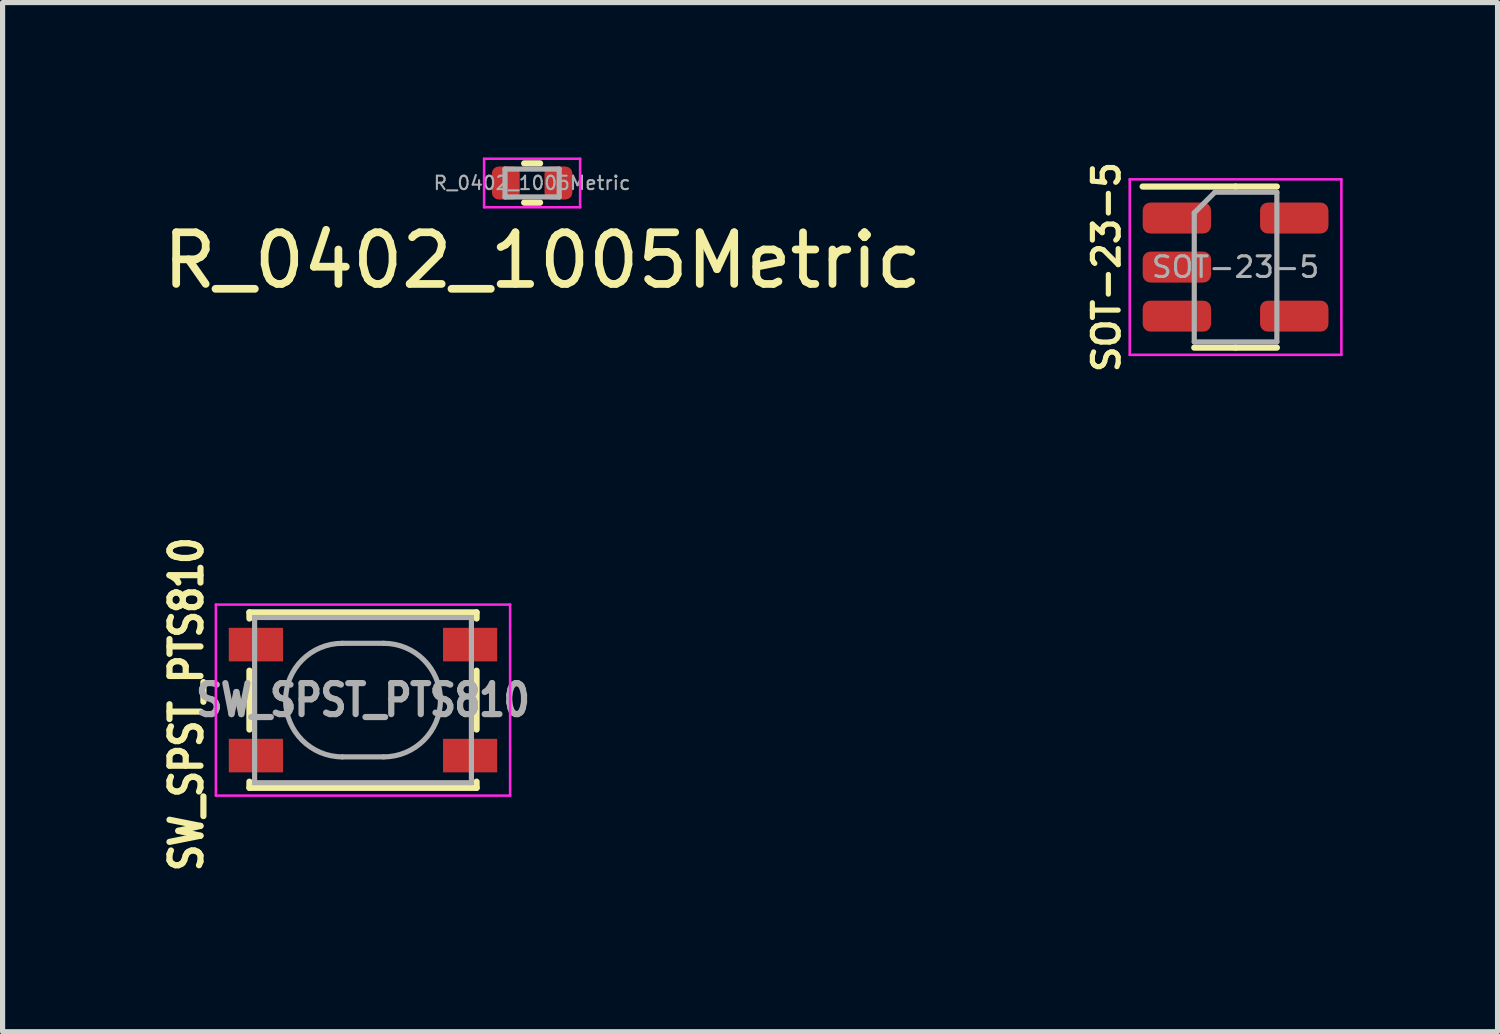
<source format=kicad_pcb>
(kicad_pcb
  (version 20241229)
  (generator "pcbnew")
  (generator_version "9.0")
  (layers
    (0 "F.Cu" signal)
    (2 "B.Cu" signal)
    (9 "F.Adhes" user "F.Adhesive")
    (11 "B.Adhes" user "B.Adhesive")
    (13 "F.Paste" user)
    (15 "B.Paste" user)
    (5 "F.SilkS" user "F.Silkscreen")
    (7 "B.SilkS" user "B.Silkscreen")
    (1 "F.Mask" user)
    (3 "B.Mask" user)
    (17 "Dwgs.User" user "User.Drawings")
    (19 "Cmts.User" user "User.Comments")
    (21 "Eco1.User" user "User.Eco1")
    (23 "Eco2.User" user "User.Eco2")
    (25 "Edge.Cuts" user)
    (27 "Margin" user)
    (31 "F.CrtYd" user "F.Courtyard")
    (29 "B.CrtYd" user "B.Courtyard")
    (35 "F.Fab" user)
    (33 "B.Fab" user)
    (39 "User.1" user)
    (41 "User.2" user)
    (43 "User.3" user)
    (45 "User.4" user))
  (footprint "R_0402_1005Metric"
    (layer "F.Cu")
    (at 7.258 0.495)
    (property "Reference" "R_0402_1005Metric" (at 0.2 1.5 180) (layer "F.SilkS") (effects (font (size 1 1) (thickness 0.15))))
    (attr smd)
    (fp_line (start -0.154 -0.38) (end 0.154 -0.38) (stroke (width 0.12) (type solid)) (layer "F.SilkS"))
    (fp_line (start -0.154 0.38) (end 0.154 0.38) (stroke (width 0.12) (type solid)) (layer "F.SilkS"))
    (fp_line (start -0.93 -0.47) (end 0.93 -0.47) (stroke (width 0.05) (type solid)) (layer "F.CrtYd"))
    (fp_line (start -0.93 0.47) (end -0.93 -0.47) (stroke (width 0.05) (type solid)) (layer "F.CrtYd"))
    (fp_line (start 0.93 -0.47) (end 0.93 0.47) (stroke (width 0.05) (type solid)) (layer "F.CrtYd"))
    (fp_line (start 0.93 0.47) (end -0.93 0.47) (stroke (width 0.05) (type solid)) (layer "F.CrtYd"))
    (fp_line (start -0.525 -0.27) (end 0.525 -0.27) (stroke (width 0.1) (type solid)) (layer "F.Fab"))
    (fp_line (start -0.525 0.27) (end -0.525 -0.27) (stroke (width 0.1) (type solid)) (layer "F.Fab"))
    (fp_line (start 0.525 -0.27) (end 0.525 0.27) (stroke (width 0.1) (type solid)) (layer "F.Fab"))
    (fp_line (start 0.525 0.27) (end -0.525 0.27) (stroke (width 0.1) (type solid)) (layer "F.Fab"))
    (fp_text user "${REFERENCE}" (at 0 0 180) (layer "F.Fab") (effects (font (size 0.26 0.26) (thickness 0.04))))
    (pad "1" smd roundrect (at -0.51 0) (size 0.54 0.64) (layers "F.Cu" "F.Mask" "F.Paste") (roundrect_rratio 0.25))
    (pad "2" smd roundrect (at 0.51 0) (size 0.54 0.64) (layers "F.Cu" "F.Mask" "F.Paste") (roundrect_rratio 0.25)))
  (footprint "SW_SPST_PTS810"
    (layer "F.Cu")
    (at 3.982 10.512)
    (property "Reference" "SW_SPST_PTS810" (at -3.42 0.08 270) (layer "F.SilkS") (effects (font (size 0.6 0.5) (thickness 0.12))))
    (attr smd)
    (fp_line (start -2.2 -1.7) (end -2.2 -1.58) (stroke (width 0.12) (type solid)) (layer "F.SilkS"))
    (fp_line (start -2.2 -0.57) (end -2.2 0.57) (stroke (width 0.12) (type solid)) (layer "F.SilkS"))
    (fp_line (start -2.2 1.58) (end -2.2 1.7) (stroke (width 0.12) (type solid)) (layer "F.SilkS"))
    (fp_line (start -2.2 1.7) (end 2.2 1.7) (stroke (width 0.12) (type solid)) (layer "F.SilkS"))
    (fp_line (start 2.2 -1.7) (end -2.2 -1.7) (stroke (width 0.12) (type solid)) (layer "F.SilkS"))
    (fp_line (start 2.2 -1.58) (end 2.2 -1.7) (stroke (width 0.12) (type solid)) (layer "F.SilkS"))
    (fp_line (start 2.2 0.57) (end 2.2 -0.57) (stroke (width 0.12) (type solid)) (layer "F.SilkS"))
    (fp_line (start 2.2 1.7) (end 2.2 1.58) (stroke (width 0.12) (type solid)) (layer "F.SilkS"))
    (fp_line (start -2.85 -1.85) (end 2.85 -1.85) (stroke (width 0.05) (type solid)) (layer "F.CrtYd"))
    (fp_line (start -2.85 1.85) (end -2.85 -1.85) (stroke (width 0.05) (type solid)) (layer "F.CrtYd"))
    (fp_line (start 2.85 -1.85) (end 2.85 1.85) (stroke (width 0.05) (type solid)) (layer "F.CrtYd"))
    (fp_line (start 2.85 1.85) (end -2.85 1.85) (stroke (width 0.05) (type solid)) (layer "F.CrtYd"))
    (fp_line (start -2.1 -1.6) (end -2.1 1.6) (stroke (width 0.1) (type solid)) (layer "F.Fab"))
    (fp_line (start -2.1 1.6) (end 2.1 1.6) (stroke (width 0.1) (type solid)) (layer "F.Fab"))
    (fp_line (start -0.4 -1.1) (end 0.4 -1.1) (stroke (width 0.1) (type solid)) (layer "F.Fab"))
    (fp_line (start 0.4 1.1) (end -0.4 1.1) (stroke (width 0.1) (type solid)) (layer "F.Fab"))
    (fp_line (start 2.1 -1.6) (end -2.1 -1.6) (stroke (width 0.1) (type solid)) (layer "F.Fab"))
    (fp_line (start 2.1 1.6) (end 2.1 -1.6) (stroke (width 0.1) (type solid)) (layer "F.Fab"))
    (fp_arc (start -0.4 1.1) (mid -1.5 0) (end -0.4 -1.1) (stroke (width 0.1) (type solid)) (layer "F.Fab"))
    (fp_arc (start 0.4 -1.1) (mid 1.5 0) (end 0.4 1.1) (stroke (width 0.1) (type solid)) (layer "F.Fab"))
    (fp_text user "${REFERENCE}" (at 0 0 0) (layer "F.Fab") (effects (font (size 0.6 0.5) (thickness 0.12))))
    (pad "1" smd rect (at -2.075 -1.075) (size 1.05 0.65) (layers "F.Cu" "F.Mask" "F.Paste"))
    (pad "1" smd rect (at 2.075 -1.075) (size 1.05 0.65) (layers "F.Cu" "F.Mask" "F.Paste"))
    (pad "2" smd rect (at -2.075 1.075) (size 1.05 0.65) (layers "F.Cu" "F.Mask" "F.Paste"))
    (pad "2" smd rect (at 2.075 1.075) (size 1.05 0.65) (layers "F.Cu" "F.Mask" "F.Paste")))
  (footprint "SOT-23-5"
    (layer "F.Cu")
    (at 20.885 2.124)
    (property "Reference" "SOT-23-5" (at -2.5 0 90) (layer "F.SilkS") (effects (font (size 0.5 0.5) (thickness 0.1))))
    (attr smd)
    (fp_line (start 0 -1.56) (end -1.8 -1.56) (stroke (width 0.12) (type solid)) (layer "F.SilkS"))
    (fp_line (start 0 -1.56) (end 0.8 -1.56) (stroke (width 0.12) (type solid)) (layer "F.SilkS"))
    (fp_line (start 0 1.56) (end -0.8 1.56) (stroke (width 0.12) (type solid)) (layer "F.SilkS"))
    (fp_line (start 0 1.56) (end 0.8 1.56) (stroke (width 0.12) (type solid)) (layer "F.SilkS"))
    (fp_line (start -2.05 -1.7) (end -2.05 1.7) (stroke (width 0.05) (type solid)) (layer "F.CrtYd"))
    (fp_line (start -2.05 1.7) (end 2.05 1.7) (stroke (width 0.05) (type solid)) (layer "F.CrtYd"))
    (fp_line (start 2.05 -1.7) (end -2.05 -1.7) (stroke (width 0.05) (type solid)) (layer "F.CrtYd"))
    (fp_line (start 2.05 1.7) (end 2.05 -1.7) (stroke (width 0.05) (type solid)) (layer "F.CrtYd"))
    (fp_line (start -0.8 -1.05) (end -0.4 -1.45) (stroke (width 0.1) (type solid)) (layer "F.Fab"))
    (fp_line (start -0.8 1.45) (end -0.8 -1.05) (stroke (width 0.1) (type solid)) (layer "F.Fab"))
    (fp_line (start -0.4 -1.45) (end 0.8 -1.45) (stroke (width 0.1) (type solid)) (layer "F.Fab"))
    (fp_line (start 0.8 -1.45) (end 0.8 1.45) (stroke (width 0.1) (type solid)) (layer "F.Fab"))
    (fp_line (start 0.8 1.45) (end -0.8 1.45) (stroke (width 0.1) (type solid)) (layer "F.Fab"))
    (fp_text user "${REFERENCE}" (at 0 0 180) (layer "F.Fab") (effects (font (size 0.4 0.4) (thickness 0.06))))
    (pad "1" smd roundrect (at -1.137 -0.95) (size 1.325 0.6) (layers "F.Cu" "F.Mask" "F.Paste") (roundrect_rratio 0.25))
    (pad "2" smd roundrect (at -1.137 0) (size 1.325 0.6) (layers "F.Cu" "F.Mask" "F.Paste") (roundrect_rratio 0.25))
    (pad "3" smd roundrect (at -1.137 0.95) (size 1.325 0.6) (layers "F.Cu" "F.Mask" "F.Paste") (roundrect_rratio 0.25))
    (pad "4" smd roundrect (at 1.137 0.95) (size 1.325 0.6) (layers "F.Cu" "F.Mask" "F.Paste") (roundrect_rratio 0.25))
    (pad "5" smd roundrect (at 1.137 -0.95) (size 1.325 0.6) (layers "F.Cu" "F.Mask" "F.Paste") (roundrect_rratio 0.25)))
  (gr_rect
    (start -3 -3)
    (end 25.96 16.936)
    (stroke (width 0.1) (type default))
    (fill no)
    (layer "Edge.Cuts")))
</source>
